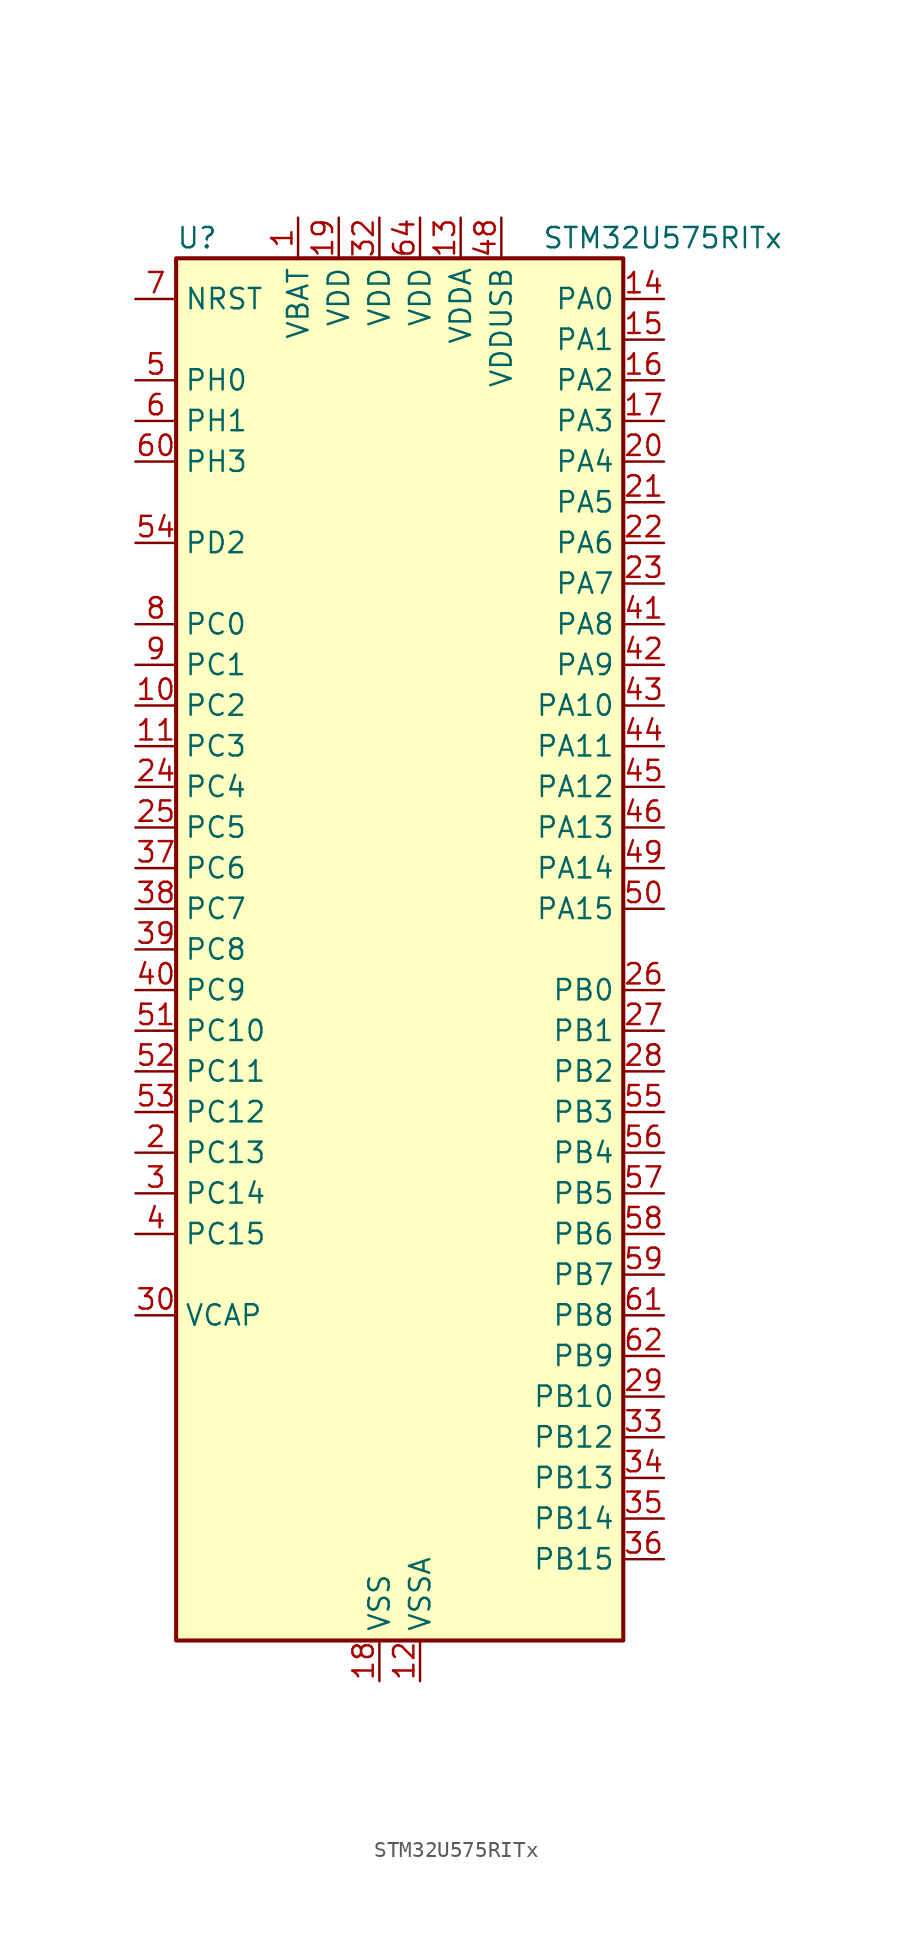
<source format=kicad_sym>
(kicad_symbol_lib
  (version 20220914)
  (generator kicad_symbol_editor)
  (symbol "STM32U575RITx"
    (property "Reference" "U"
      (at -12.7 44.45 0)
      (effects (font (size 1.27 1.27)) (justify left)))
    (property "Value" "STM32U575RITx"
      (at 10.16 44.45 0)
      (effects (font (size 1.27 1.27)) (justify left)))
    (property "ki_locked" ""
      (at 0 0 0)
      (effects (font (size 1.27 1.27))))
    (symbol "STM32U575RITx_0_1"
      (rectangle (start -12.7 -43.18) (end 15.24 43.18) (stroke (width 0.254) (type default)) (fill (type background))))
    (symbol "STM32U575RITx_1_1"
      (pin power_in line (at -5.08 45.72 270) (length 2.54) (name "VBAT" (effects (font (size 1.27 1.27)))) (number "1" (effects (font (size 1.27 1.27)))))
      (pin bidirectional line (at -15.24 15.24 0) (length 2.54) (name "PC2" (effects (font (size 1.27 1.27)))) (number "10" (effects (font (size 1.27 1.27)))) (alternate "ADC1_IN3" bidirectional line) (alternate "ADC4_IN3" bidirectional line) (alternate "LPTIM1_IN2" bidirectional line) (alternate "MDF1_CCK1" bidirectional line) (alternate "OCTOSPIM_P1_IO5" bidirectional line) (alternate "SPI2_MISO" bidirectional line))
      (pin bidirectional line (at -15.24 12.7 0) (length 2.54) (name "PC3" (effects (font (size 1.27 1.27)))) (number "11" (effects (font (size 1.27 1.27)))) (alternate "ADC1_IN4" bidirectional line) (alternate "ADC4_IN4" bidirectional line) (alternate "LPTIM1_ETR" bidirectional line) (alternate "LPTIM2_ETR" bidirectional line) (alternate "LPTIM3_CH1" bidirectional line) (alternate "OCTOSPIM_P1_IO6" bidirectional line) (alternate "SAI1_D1" bidirectional line) (alternate "SAI1_SD_A" bidirectional line) (alternate "SPI2_MOSI" bidirectional line))
      (pin power_in line (at 2.54 -45.72 90) (length 2.54) (name "VSSA" (effects (font (size 1.27 1.27)))) (number "12" (effects (font (size 1.27 1.27)))))
      (pin power_in line (at 5.08 45.72 270) (length 2.54) (name "VDDA" (effects (font (size 1.27 1.27)))) (number "13" (effects (font (size 1.27 1.27)))))
      (pin bidirectional line (at 17.78 40.64 180) (length 2.54) (name "PA0" (effects (font (size 1.27 1.27)))) (number "14" (effects (font (size 1.27 1.27)))) (alternate "ADC1_IN5" bidirectional line) (alternate "AUDIOCLK" bidirectional line) (alternate "OCTOSPIM_P2_NCS" bidirectional line) (alternate "OPAMP1_VINP" bidirectional line) (alternate "PWR_WKUP1" bidirectional line) (alternate "SDMMC2_CMD" bidirectional line) (alternate "SPI3_RDY" bidirectional line) (alternate "TAMP_IN2" bidirectional line) (alternate "TAMP_OUT1" bidirectional line) (alternate "TIM2_CH1" bidirectional line) (alternate "TIM2_ETR" bidirectional line) (alternate "TIM5_CH1" bidirectional line) (alternate "TIM8_ETR" bidirectional line) (alternate "UART4_TX" bidirectional line) (alternate "USART2_CTS" bidirectional line))
      (pin bidirectional line (at 17.78 38.1 180) (length 2.54) (name "PA1" (effects (font (size 1.27 1.27)))) (number "15" (effects (font (size 1.27 1.27)))) (alternate "ADC1_IN6" bidirectional line) (alternate "I2C1_SMBA" bidirectional line) (alternate "LPTIM1_CH2" bidirectional line) (alternate "OCTOSPIM_P1_DQS" bidirectional line) (alternate "OPAMP1_VINM" bidirectional line) (alternate "PWR_WKUP3" bidirectional line) (alternate "SPI1_SCK" bidirectional line) (alternate "TAMP_IN5" bidirectional line) (alternate "TAMP_OUT4" bidirectional line) (alternate "TIM15_CH1N" bidirectional line) (alternate "TIM2_CH2" bidirectional line) (alternate "TIM5_CH2" bidirectional line) (alternate "UART4_RX" bidirectional line) (alternate "USART2_DE" bidirectional line) (alternate "USART2_RTS" bidirectional line))
      (pin bidirectional line (at 17.78 35.56 180) (length 2.54) (name "PA2" (effects (font (size 1.27 1.27)))) (number "16" (effects (font (size 1.27 1.27)))) (alternate "ADC1_IN7" bidirectional line) (alternate "COMP1_INP" bidirectional line) (alternate "LPUART1_TX" bidirectional line) (alternate "OCTOSPIM_P1_NCS" bidirectional line) (alternate "PWR_WKUP4" bidirectional line) (alternate "RCC_LSCO" bidirectional line) (alternate "SPI1_RDY" bidirectional line) (alternate "TIM15_CH1" bidirectional line) (alternate "TIM2_CH3" bidirectional line) (alternate "TIM5_CH3" bidirectional line) (alternate "UCPD1_FRSTX1" bidirectional line) (alternate "USART2_TX" bidirectional line))
      (pin bidirectional line (at 17.78 33.02 180) (length 2.54) (name "PA3" (effects (font (size 1.27 1.27)))) (number "17" (effects (font (size 1.27 1.27)))) (alternate "ADC1_IN8" bidirectional line) (alternate "LPUART1_RX" bidirectional line) (alternate "OCTOSPIM_P1_CLK" bidirectional line) (alternate "OPAMP1_VOUT" bidirectional line) (alternate "PWR_WKUP5" bidirectional line) (alternate "SAI1_CK1" bidirectional line) (alternate "SAI1_MCLK_A" bidirectional line) (alternate "TIM15_CH2" bidirectional line) (alternate "TIM2_CH4" bidirectional line) (alternate "TIM5_CH4" bidirectional line) (alternate "USART2_RX" bidirectional line))
      (pin power_in line (at 0 -45.72 90) (length 2.54) (name "VSS" (effects (font (size 1.27 1.27)))) (number "18" (effects (font (size 1.27 1.27)))))
      (pin power_in line (at -2.54 45.72 270) (length 2.54) (name "VDD" (effects (font (size 1.27 1.27)))) (number "19" (effects (font (size 1.27 1.27)))))
      (pin bidirectional line (at -15.24 -12.7 0) (length 2.54) (name "PC13" (effects (font (size 1.27 1.27)))) (number "2" (effects (font (size 1.27 1.27)))) (alternate "PWR_WKUP2" bidirectional line) (alternate "RTC_OUT1" bidirectional line) (alternate "RTC_TS" bidirectional line) (alternate "TAMP_IN1" bidirectional line) (alternate "TAMP_OUT2" bidirectional line))
      (pin bidirectional line (at 17.78 30.48 180) (length 2.54) (name "PA4" (effects (font (size 1.27 1.27)))) (number "20" (effects (font (size 1.27 1.27)))) (alternate "ADC1_IN9" bidirectional line) (alternate "ADC4_IN9" bidirectional line) (alternate "DAC1_OUT1" bidirectional line) (alternate "DCMI_HSYNC" bidirectional line) (alternate "LPTIM2_CH1" bidirectional line) (alternate "OCTOSPIM_P1_NCS" bidirectional line) (alternate "PSSI_DE" bidirectional line) (alternate "PWR_WKUP2" bidirectional line) (alternate "SAI1_FS_B" bidirectional line) (alternate "SPI1_NSS" bidirectional line) (alternate "SPI3_NSS" bidirectional line) (alternate "USART2_CK" bidirectional line))
      (pin bidirectional line (at 17.78 27.94 180) (length 2.54) (name "PA5" (effects (font (size 1.27 1.27)))) (number "21" (effects (font (size 1.27 1.27)))) (alternate "ADC1_IN10" bidirectional line) (alternate "ADC4_IN10" bidirectional line) (alternate "DAC1_OUT2" bidirectional line) (alternate "LPTIM2_ETR" bidirectional line) (alternate "PSSI_D14" bidirectional line) (alternate "PWR_CSLEEP" bidirectional line) (alternate "PWR_WKUP6" bidirectional line) (alternate "SPI1_SCK" bidirectional line) (alternate "TIM2_CH1" bidirectional line) (alternate "TIM2_ETR" bidirectional line) (alternate "TIM8_CH1N" bidirectional line) (alternate "USART3_RX" bidirectional line))
      (pin bidirectional line (at 17.78 25.4 180) (length 2.54) (name "PA6" (effects (font (size 1.27 1.27)))) (number "22" (effects (font (size 1.27 1.27)))) (alternate "ADC1_IN11" bidirectional line) (alternate "ADC4_IN11" bidirectional line) (alternate "DCMI_PIXCLK" bidirectional line) (alternate "LPUART1_CTS" bidirectional line) (alternate "OCTOSPIM_P1_IO3" bidirectional line) (alternate "OPAMP2_VINP" bidirectional line) (alternate "PSSI_PDCK" bidirectional line) (alternate "PWR_CDSTOP" bidirectional line) (alternate "PWR_WKUP7" bidirectional line) (alternate "SPI1_MISO" bidirectional line) (alternate "TIM16_CH1" bidirectional line) (alternate "TIM1_BKIN" bidirectional line) (alternate "TIM3_CH1" bidirectional line) (alternate "TIM8_BKIN" bidirectional line) (alternate "USART3_CTS" bidirectional line))
      (pin bidirectional line (at 17.78 22.86 180) (length 2.54) (name "PA7" (effects (font (size 1.27 1.27)))) (number "23" (effects (font (size 1.27 1.27)))) (alternate "ADC1_IN12" bidirectional line) (alternate "ADC4_IN20" bidirectional line) (alternate "I2C3_SCL" bidirectional line) (alternate "LPTIM2_CH2" bidirectional line) (alternate "OCTOSPIM_P1_IO2" bidirectional line) (alternate "OPAMP2_VINM" bidirectional line) (alternate "PWR_SRDSTOP" bidirectional line) (alternate "PWR_WKUP8" bidirectional line) (alternate "SPI1_MOSI" bidirectional line) (alternate "TIM17_CH1" bidirectional line) (alternate "TIM1_CH1N" bidirectional line) (alternate "TIM3_CH2" bidirectional line) (alternate "TIM8_CH1N" bidirectional line) (alternate "USART3_TX" bidirectional line))
      (pin bidirectional line (at -15.24 10.16 0) (length 2.54) (name "PC4" (effects (font (size 1.27 1.27)))) (number "24" (effects (font (size 1.27 1.27)))) (alternate "ADC1_IN13" bidirectional line) (alternate "ADC4_IN22" bidirectional line) (alternate "COMP1_INM" bidirectional line) (alternate "OCTOSPIM_P1_IO7" bidirectional line) (alternate "USART3_TX" bidirectional line))
      (pin bidirectional line (at -15.24 7.62 0) (length 2.54) (name "PC5" (effects (font (size 1.27 1.27)))) (number "25" (effects (font (size 1.27 1.27)))) (alternate "ADC1_IN14" bidirectional line) (alternate "ADC4_IN23" bidirectional line) (alternate "COMP1_INP" bidirectional line) (alternate "PSSI_D15" bidirectional line) (alternate "PWR_WKUP5" bidirectional line) (alternate "SAI1_D3" bidirectional line) (alternate "TAMP_IN4" bidirectional line) (alternate "TAMP_OUT5" bidirectional line) (alternate "TIM1_CH4N" bidirectional line) (alternate "USART3_RX" bidirectional line))
      (pin bidirectional line (at 17.78 -2.54 180) (length 2.54) (name "PB0" (effects (font (size 1.27 1.27)))) (number "26" (effects (font (size 1.27 1.27)))) (alternate "ADC1_IN15" bidirectional line) (alternate "ADC4_IN18" bidirectional line) (alternate "AUDIOCLK" bidirectional line) (alternate "COMP1_OUT" bidirectional line) (alternate "LPTIM3_CH1" bidirectional line) (alternate "OCTOSPIM_P1_IO1" bidirectional line) (alternate "OPAMP2_VOUT" bidirectional line) (alternate "SPI1_NSS" bidirectional line) (alternate "TIM1_CH2N" bidirectional line) (alternate "TIM3_CH3" bidirectional line) (alternate "TIM8_CH2N" bidirectional line) (alternate "USART3_CK" bidirectional line))
      (pin bidirectional line (at 17.78 -5.08 180) (length 2.54) (name "PB1" (effects (font (size 1.27 1.27)))) (number "27" (effects (font (size 1.27 1.27)))) (alternate "ADC1_IN16" bidirectional line) (alternate "ADC4_IN19" bidirectional line) (alternate "COMP1_INM" bidirectional line) (alternate "LPTIM2_IN1" bidirectional line) (alternate "LPTIM3_CH2" bidirectional line) (alternate "LPUART1_DE" bidirectional line) (alternate "LPUART1_RTS" bidirectional line) (alternate "MDF1_SDI0" bidirectional line) (alternate "OCTOSPIM_P1_IO0" bidirectional line) (alternate "PWR_WKUP4" bidirectional line) (alternate "TIM1_CH3N" bidirectional line) (alternate "TIM3_CH4" bidirectional line) (alternate "TIM8_CH3N" bidirectional line) (alternate "USART3_DE" bidirectional line) (alternate "USART3_RTS" bidirectional line))
      (pin bidirectional line (at 17.78 -7.62 180) (length 2.54) (name "PB2" (effects (font (size 1.27 1.27)))) (number "28" (effects (font (size 1.27 1.27)))) (alternate "ADC1_IN17" bidirectional line) (alternate "COMP1_INP" bidirectional line) (alternate "I2C3_SMBA" bidirectional line) (alternate "LPTIM1_CH1" bidirectional line) (alternate "MDF1_CKI0" bidirectional line) (alternate "OCTOSPIM_P1_DQS" bidirectional line) (alternate "PWR_WKUP1" bidirectional line) (alternate "RTC_OUT2" bidirectional line) (alternate "SPI1_RDY" bidirectional line) (alternate "TIM8_CH4N" bidirectional line) (alternate "UCPD1_FRSTX1" bidirectional line))
      (pin bidirectional line (at 17.78 -27.94 180) (length 2.54) (name "PB10" (effects (font (size 1.27 1.27)))) (number "29" (effects (font (size 1.27 1.27)))) (alternate "COMP1_OUT" bidirectional line) (alternate "I2C2_SCL" bidirectional line) (alternate "I2C4_SCL" bidirectional line) (alternate "LPTIM3_CH1" bidirectional line) (alternate "LPUART1_RX" bidirectional line) (alternate "OCTOSPIM_P1_CLK" bidirectional line) (alternate "PWR_WKUP8" bidirectional line) (alternate "SAI1_SCK_A" bidirectional line) (alternate "SPI2_SCK" bidirectional line) (alternate "TIM2_CH3" bidirectional line) (alternate "TSC_SYNC" bidirectional line) (alternate "USART3_TX" bidirectional line))
      (pin bidirectional line (at -15.24 -15.24 0) (length 2.54) (name "PC14" (effects (font (size 1.27 1.27)))) (number "3" (effects (font (size 1.27 1.27)))) (alternate "RCC_OSC32_IN" bidirectional line))
      (pin power_out line (at -15.24 -22.86 0) (length 2.54) (name "VCAP" (effects (font (size 1.27 1.27)))) (number "30" (effects (font (size 1.27 1.27)))))
      (pin passive line (at 0 -45.72 90) (length 2.54) hide (name "VSS" (effects (font (size 1.27 1.27)))) (number "31" (effects (font (size 1.27 1.27)))))
      (pin power_in line (at 0 45.72 270) (length 2.54) (name "VDD" (effects (font (size 1.27 1.27)))) (number "32" (effects (font (size 1.27 1.27)))))
      (pin bidirectional line (at 17.78 -30.48 180) (length 2.54) (name "PB12" (effects (font (size 1.27 1.27)))) (number "33" (effects (font (size 1.27 1.27)))) (alternate "I2C2_SMBA" bidirectional line) (alternate "LPUART1_DE" bidirectional line) (alternate "LPUART1_RTS" bidirectional line) (alternate "MDF1_SDI1" bidirectional line) (alternate "OCTOSPIM_P1_NCLK" bidirectional line) (alternate "SPI2_NSS" bidirectional line) (alternate "TIM15_BKIN" bidirectional line) (alternate "TIM1_BKIN" bidirectional line) (alternate "TSC_G1_IO1" bidirectional line) (alternate "USART3_CK" bidirectional line))
      (pin bidirectional line (at 17.78 -33.02 180) (length 2.54) (name "PB13" (effects (font (size 1.27 1.27)))) (number "34" (effects (font (size 1.27 1.27)))) (alternate "I2C2_SCL" bidirectional line) (alternate "LPTIM3_IN1" bidirectional line) (alternate "LPUART1_CTS" bidirectional line) (alternate "MDF1_CKI1" bidirectional line) (alternate "SPI2_SCK" bidirectional line) (alternate "TIM15_CH1N" bidirectional line) (alternate "TIM1_CH1N" bidirectional line) (alternate "TSC_G1_IO2" bidirectional line) (alternate "USART3_CTS" bidirectional line))
      (pin bidirectional line (at 17.78 -35.56 180) (length 2.54) (name "PB14" (effects (font (size 1.27 1.27)))) (number "35" (effects (font (size 1.27 1.27)))) (alternate "I2C2_SDA" bidirectional line) (alternate "LPTIM3_ETR" bidirectional line) (alternate "MDF1_SDI2" bidirectional line) (alternate "SDMMC2_D0" bidirectional line) (alternate "SPI2_MISO" bidirectional line) (alternate "TIM15_CH1" bidirectional line) (alternate "TIM1_CH2N" bidirectional line) (alternate "TIM8_CH2N" bidirectional line) (alternate "TSC_G1_IO3" bidirectional line) (alternate "UCPD1_DBCC2" bidirectional line) (alternate "USART3_DE" bidirectional line) (alternate "USART3_RTS" bidirectional line))
      (pin bidirectional line (at 17.78 -38.1 180) (length 2.54) (name "PB15" (effects (font (size 1.27 1.27)))) (number "36" (effects (font (size 1.27 1.27)))) (alternate "ADC1_EXTI15" bidirectional line) (alternate "ADC4_EXTI15" bidirectional line) (alternate "LPTIM2_IN2" bidirectional line) (alternate "MDF1_CKI2" bidirectional line) (alternate "PWR_WKUP7" bidirectional line) (alternate "RTC_REFIN" bidirectional line) (alternate "SDMMC2_D1" bidirectional line) (alternate "SPI2_MOSI" bidirectional line) (alternate "TIM15_CH2" bidirectional line) (alternate "TIM1_CH3N" bidirectional line) (alternate "TIM8_CH3N" bidirectional line) (alternate "UCPD1_CC2" bidirectional line))
      (pin bidirectional line (at -15.24 5.08 0) (length 2.54) (name "PC6" (effects (font (size 1.27 1.27)))) (number "37" (effects (font (size 1.27 1.27)))) (alternate "DCMI_D0" bidirectional line) (alternate "MDF1_CKI3" bidirectional line) (alternate "PSSI_D0" bidirectional line) (alternate "PWR_CSLEEP" bidirectional line) (alternate "SDMMC1_D0DIR" bidirectional line) (alternate "SDMMC1_D6" bidirectional line) (alternate "SDMMC2_D6" bidirectional line) (alternate "TIM3_CH1" bidirectional line) (alternate "TIM8_CH1" bidirectional line) (alternate "TSC_G4_IO1" bidirectional line))
      (pin bidirectional line (at -15.24 2.54 0) (length 2.54) (name "PC7" (effects (font (size 1.27 1.27)))) (number "38" (effects (font (size 1.27 1.27)))) (alternate "DCMI_D1" bidirectional line) (alternate "LPTIM2_CH2" bidirectional line) (alternate "MDF1_SDI3" bidirectional line) (alternate "PSSI_D1" bidirectional line) (alternate "PWR_CDSTOP" bidirectional line) (alternate "SDMMC1_D123DIR" bidirectional line) (alternate "SDMMC1_D7" bidirectional line) (alternate "SDMMC2_D7" bidirectional line) (alternate "TIM3_CH2" bidirectional line) (alternate "TIM8_CH2" bidirectional line) (alternate "TSC_G4_IO2" bidirectional line))
      (pin bidirectional line (at -15.24 0 0) (length 2.54) (name "PC8" (effects (font (size 1.27 1.27)))) (number "39" (effects (font (size 1.27 1.27)))) (alternate "DCMI_D2" bidirectional line) (alternate "LPTIM3_CH1" bidirectional line) (alternate "PSSI_D2" bidirectional line) (alternate "PWR_SRDSTOP" bidirectional line) (alternate "SDMMC1_D0" bidirectional line) (alternate "TIM3_CH3" bidirectional line) (alternate "TIM8_CH3" bidirectional line) (alternate "TSC_G4_IO3" bidirectional line))
      (pin bidirectional line (at -15.24 -17.78 0) (length 2.54) (name "PC15" (effects (font (size 1.27 1.27)))) (number "4" (effects (font (size 1.27 1.27)))) (alternate "ADC1_EXTI15" bidirectional line) (alternate "ADC4_EXTI15" bidirectional line) (alternate "RCC_OSC32_OUT" bidirectional line))
      (pin bidirectional line (at -15.24 -2.54 0) (length 2.54) (name "PC9" (effects (font (size 1.27 1.27)))) (number "40" (effects (font (size 1.27 1.27)))) (alternate "DAC1_EXTI9" bidirectional line) (alternate "DCMI_D3" bidirectional line) (alternate "DEBUG_TRACED0" bidirectional line) (alternate "LPTIM3_CH2" bidirectional line) (alternate "PSSI_D3" bidirectional line) (alternate "SDMMC1_D1" bidirectional line) (alternate "TIM3_CH4" bidirectional line) (alternate "TIM8_BKIN2" bidirectional line) (alternate "TIM8_CH4" bidirectional line) (alternate "TSC_G4_IO4" bidirectional line) (alternate "USB_OTG_FS_NOE" bidirectional line))
      (pin bidirectional line (at 17.78 20.32 180) (length 2.54) (name "PA8" (effects (font (size 1.27 1.27)))) (number "41" (effects (font (size 1.27 1.27)))) (alternate "DEBUG_TRACECLK" bidirectional line) (alternate "LPTIM2_CH1" bidirectional line) (alternate "RCC_MCO" bidirectional line) (alternate "SAI1_CK2" bidirectional line) (alternate "SAI1_SCK_A" bidirectional line) (alternate "SPI1_RDY" bidirectional line) (alternate "TIM1_CH1" bidirectional line) (alternate "USART1_CK" bidirectional line) (alternate "USB_OTG_FS_SOF" bidirectional line))
      (pin bidirectional line (at 17.78 17.78 180) (length 2.54) (name "PA9" (effects (font (size 1.27 1.27)))) (number "42" (effects (font (size 1.27 1.27)))) (alternate "DAC1_EXTI9" bidirectional line) (alternate "DCMI_D0" bidirectional line) (alternate "PSSI_D0" bidirectional line) (alternate "SAI1_FS_A" bidirectional line) (alternate "SPI2_SCK" bidirectional line) (alternate "TIM15_BKIN" bidirectional line) (alternate "TIM1_CH2" bidirectional line) (alternate "USART1_TX" bidirectional line) (alternate "USB_OTG_FS_VBUS" bidirectional line))
      (pin bidirectional line (at 17.78 15.24 180) (length 2.54) (name "PA10" (effects (font (size 1.27 1.27)))) (number "43" (effects (font (size 1.27 1.27)))) (alternate "CRS_SYNC" bidirectional line) (alternate "DCMI_D1" bidirectional line) (alternate "LPTIM2_IN2" bidirectional line) (alternate "PSSI_D1" bidirectional line) (alternate "SAI1_D1" bidirectional line) (alternate "SAI1_SD_A" bidirectional line) (alternate "TIM17_BKIN" bidirectional line) (alternate "TIM1_CH3" bidirectional line) (alternate "USART1_RX" bidirectional line) (alternate "USB_OTG_FS_ID" bidirectional line))
      (pin bidirectional line (at 17.78 12.7 180) (length 2.54) (name "PA11" (effects (font (size 1.27 1.27)))) (number "44" (effects (font (size 1.27 1.27)))) (alternate "ADC1_EXTI11" bidirectional line) (alternate "FDCAN1_RX" bidirectional line) (alternate "SPI1_MISO" bidirectional line) (alternate "TIM1_BKIN2" bidirectional line) (alternate "TIM1_CH4" bidirectional line) (alternate "USART1_CTS" bidirectional line) (alternate "USB_OTG_FS_DM" bidirectional line))
      (pin bidirectional line (at 17.78 10.16 180) (length 2.54) (name "PA12" (effects (font (size 1.27 1.27)))) (number "45" (effects (font (size 1.27 1.27)))) (alternate "FDCAN1_TX" bidirectional line) (alternate "OCTOSPIM_P2_NCS" bidirectional line) (alternate "SPI1_MOSI" bidirectional line) (alternate "TIM1_ETR" bidirectional line) (alternate "USART1_DE" bidirectional line) (alternate "USART1_RTS" bidirectional line) (alternate "USB_OTG_FS_DP" bidirectional line))
      (pin bidirectional line (at 17.78 7.62 180) (length 2.54) (name "PA13" (effects (font (size 1.27 1.27)))) (number "46" (effects (font (size 1.27 1.27)))) (alternate "DEBUG_JTMS-SWDIO" bidirectional line) (alternate "IR_OUT" bidirectional line) (alternate "SAI1_SD_B" bidirectional line) (alternate "USB_OTG_FS_NOE" bidirectional line))
      (pin passive line (at 0 -45.72 90) (length 2.54) hide (name "VSS" (effects (font (size 1.27 1.27)))) (number "47" (effects (font (size 1.27 1.27)))))
      (pin power_in line (at 7.62 45.72 270) (length 2.54) (name "VDDUSB" (effects (font (size 1.27 1.27)))) (number "48" (effects (font (size 1.27 1.27)))))
      (pin bidirectional line (at 17.78 5.08 180) (length 2.54) (name "PA14" (effects (font (size 1.27 1.27)))) (number "49" (effects (font (size 1.27 1.27)))) (alternate "DEBUG_JTCK-SWCLK" bidirectional line) (alternate "I2C1_SMBA" bidirectional line) (alternate "I2C4_SMBA" bidirectional line) (alternate "LPTIM1_CH1" bidirectional line) (alternate "SAI1_FS_B" bidirectional line) (alternate "USB_OTG_FS_SOF" bidirectional line))
      (pin bidirectional line (at -15.24 35.56 0) (length 2.54) (name "PH0" (effects (font (size 1.27 1.27)))) (number "5" (effects (font (size 1.27 1.27)))) (alternate "RCC_OSC_IN" bidirectional line))
      (pin bidirectional line (at 17.78 2.54 180) (length 2.54) (name "PA15" (effects (font (size 1.27 1.27)))) (number "50" (effects (font (size 1.27 1.27)))) (alternate "ADC1_EXTI15" bidirectional line) (alternate "ADC4_EXTI15" bidirectional line) (alternate "DEBUG_JTDI" bidirectional line) (alternate "SPI1_NSS" bidirectional line) (alternate "SPI3_NSS" bidirectional line) (alternate "TIM2_CH1" bidirectional line) (alternate "TIM2_ETR" bidirectional line) (alternate "UART4_DE" bidirectional line) (alternate "UART4_RTS" bidirectional line) (alternate "UCPD1_CC1" bidirectional line) (alternate "USART2_RX" bidirectional line) (alternate "USART3_DE" bidirectional line) (alternate "USART3_RTS" bidirectional line))
      (pin bidirectional line (at -15.24 -5.08 0) (length 2.54) (name "PC10" (effects (font (size 1.27 1.27)))) (number "51" (effects (font (size 1.27 1.27)))) (alternate "ADF1_CCK1" bidirectional line) (alternate "DCMI_D8" bidirectional line) (alternate "DEBUG_TRACED1" bidirectional line) (alternate "LPTIM3_ETR" bidirectional line) (alternate "PSSI_D8" bidirectional line) (alternate "SDMMC1_D2" bidirectional line) (alternate "SPI3_SCK" bidirectional line) (alternate "TSC_G3_IO2" bidirectional line) (alternate "UART4_TX" bidirectional line) (alternate "USART3_TX" bidirectional line))
      (pin bidirectional line (at -15.24 -7.62 0) (length 2.54) (name "PC11" (effects (font (size 1.27 1.27)))) (number "52" (effects (font (size 1.27 1.27)))) (alternate "ADC1_EXTI11" bidirectional line) (alternate "ADF1_SDI0" bidirectional line) (alternate "DCMI_D2" bidirectional line) (alternate "DCMI_D4" bidirectional line) (alternate "LPTIM3_IN1" bidirectional line) (alternate "OCTOSPIM_P1_NCS" bidirectional line) (alternate "PSSI_D2" bidirectional line) (alternate "PSSI_D4" bidirectional line) (alternate "SDMMC1_D3" bidirectional line) (alternate "SPI3_MISO" bidirectional line) (alternate "TSC_G3_IO3" bidirectional line) (alternate "UART4_RX" bidirectional line) (alternate "UCPD1_FRSTX2" bidirectional line) (alternate "USART3_RX" bidirectional line))
      (pin bidirectional line (at -15.24 -10.16 0) (length 2.54) (name "PC12" (effects (font (size 1.27 1.27)))) (number "53" (effects (font (size 1.27 1.27)))) (alternate "DCMI_D9" bidirectional line) (alternate "DEBUG_TRACED3" bidirectional line) (alternate "PSSI_D9" bidirectional line) (alternate "SDMMC1_CK" bidirectional line) (alternate "SPI3_MOSI" bidirectional line) (alternate "TSC_G3_IO4" bidirectional line) (alternate "UART5_TX" bidirectional line) (alternate "USART3_CK" bidirectional line))
      (pin bidirectional line (at -15.24 25.4 0) (length 2.54) (name "PD2" (effects (font (size 1.27 1.27)))) (number "54" (effects (font (size 1.27 1.27)))) (alternate "DCMI_D11" bidirectional line) (alternate "DEBUG_TRACED2" bidirectional line) (alternate "LPTIM4_ETR" bidirectional line) (alternate "PSSI_D11" bidirectional line) (alternate "SDMMC1_CMD" bidirectional line) (alternate "TIM3_ETR" bidirectional line) (alternate "TSC_SYNC" bidirectional line) (alternate "UART5_RX" bidirectional line) (alternate "USART3_DE" bidirectional line) (alternate "USART3_RTS" bidirectional line))
      (pin bidirectional line (at 17.78 -10.16 180) (length 2.54) (name "PB3" (effects (font (size 1.27 1.27)))) (number "55" (effects (font (size 1.27 1.27)))) (alternate "ADF1_CCK0" bidirectional line) (alternate "COMP2_INM" bidirectional line) (alternate "CRS_SYNC" bidirectional line) (alternate "DEBUG_JTDO-SWO" bidirectional line) (alternate "I2C1_SDA" bidirectional line) (alternate "LPTIM1_CH1" bidirectional line) (alternate "SAI1_SCK_B" bidirectional line) (alternate "SDMMC2_D2" bidirectional line) (alternate "SPI1_SCK" bidirectional line) (alternate "SPI3_SCK" bidirectional line) (alternate "TIM2_CH2" bidirectional line) (alternate "USART1_DE" bidirectional line) (alternate "USART1_RTS" bidirectional line))
      (pin bidirectional line (at 17.78 -12.7 180) (length 2.54) (name "PB4" (effects (font (size 1.27 1.27)))) (number "56" (effects (font (size 1.27 1.27)))) (alternate "ADF1_SDI0" bidirectional line) (alternate "COMP2_INP" bidirectional line) (alternate "DCMI_D12" bidirectional line) (alternate "DEBUG_JTRST" bidirectional line) (alternate "I2C3_SDA" bidirectional line) (alternate "LPTIM1_CH2" bidirectional line) (alternate "PSSI_D12" bidirectional line) (alternate "SAI1_MCLK_B" bidirectional line) (alternate "SDMMC2_D3" bidirectional line) (alternate "SPI1_MISO" bidirectional line) (alternate "SPI3_MISO" bidirectional line) (alternate "TIM17_BKIN" bidirectional line) (alternate "TIM3_CH1" bidirectional line) (alternate "TSC_G2_IO1" bidirectional line) (alternate "UART5_DE" bidirectional line) (alternate "UART5_RTS" bidirectional line) (alternate "USART1_CTS" bidirectional line))
      (pin bidirectional line (at 17.78 -15.24 180) (length 2.54) (name "PB5" (effects (font (size 1.27 1.27)))) (number "57" (effects (font (size 1.27 1.27)))) (alternate "COMP2_OUT" bidirectional line) (alternate "DCMI_D10" bidirectional line) (alternate "I2C1_SMBA" bidirectional line) (alternate "LPTIM1_IN1" bidirectional line) (alternate "OCTOSPIM_P1_NCLK" bidirectional line) (alternate "PSSI_D10" bidirectional line) (alternate "PWR_WKUP6" bidirectional line) (alternate "SAI1_SD_B" bidirectional line) (alternate "SPI1_MOSI" bidirectional line) (alternate "SPI3_MOSI" bidirectional line) (alternate "TIM16_BKIN" bidirectional line) (alternate "TIM3_CH2" bidirectional line) (alternate "TSC_G2_IO2" bidirectional line) (alternate "UART5_CTS" bidirectional line) (alternate "UCPD1_DBCC1" bidirectional line) (alternate "USART1_CK" bidirectional line))
      (pin bidirectional line (at 17.78 -17.78 180) (length 2.54) (name "PB6" (effects (font (size 1.27 1.27)))) (number "58" (effects (font (size 1.27 1.27)))) (alternate "COMP2_INP" bidirectional line) (alternate "DCMI_D5" bidirectional line) (alternate "I2C1_SCL" bidirectional line) (alternate "I2C4_SCL" bidirectional line) (alternate "LPTIM1_ETR" bidirectional line) (alternate "MDF1_SDI5" bidirectional line) (alternate "PSSI_D5" bidirectional line) (alternate "PWR_WKUP3" bidirectional line) (alternate "SAI1_FS_B" bidirectional line) (alternate "TIM16_CH1N" bidirectional line) (alternate "TIM4_CH1" bidirectional line) (alternate "TIM8_BKIN2" bidirectional line) (alternate "TSC_G2_IO3" bidirectional line) (alternate "USART1_TX" bidirectional line))
      (pin bidirectional line (at 17.78 -20.32 180) (length 2.54) (name "PB7" (effects (font (size 1.27 1.27)))) (number "59" (effects (font (size 1.27 1.27)))) (alternate "COMP2_INM" bidirectional line) (alternate "DCMI_VSYNC" bidirectional line) (alternate "I2C1_SDA" bidirectional line) (alternate "I2C4_SDA" bidirectional line) (alternate "LPTIM1_IN2" bidirectional line) (alternate "MDF1_CKI5" bidirectional line) (alternate "PSSI_RDY" bidirectional line) (alternate "PWR_PVD_IN" bidirectional line) (alternate "PWR_WKUP4" bidirectional line) (alternate "TIM17_CH1N" bidirectional line) (alternate "TIM4_CH2" bidirectional line) (alternate "TIM8_BKIN" bidirectional line) (alternate "TSC_G2_IO4" bidirectional line) (alternate "UART4_CTS" bidirectional line) (alternate "USART1_RX" bidirectional line))
      (pin bidirectional line (at -15.24 33.02 0) (length 2.54) (name "PH1" (effects (font (size 1.27 1.27)))) (number "6" (effects (font (size 1.27 1.27)))) (alternate "RCC_OSC_OUT" bidirectional line))
      (pin bidirectional line (at -15.24 30.48 0) (length 2.54) (name "PH3" (effects (font (size 1.27 1.27)))) (number "60" (effects (font (size 1.27 1.27)))))
      (pin bidirectional line (at 17.78 -22.86 180) (length 2.54) (name "PB8" (effects (font (size 1.27 1.27)))) (number "61" (effects (font (size 1.27 1.27)))) (alternate "DCMI_D6" bidirectional line) (alternate "FDCAN1_RX" bidirectional line) (alternate "I2C1_SCL" bidirectional line) (alternate "MDF1_CCK0" bidirectional line) (alternate "PSSI_D6" bidirectional line) (alternate "PWR_WKUP5" bidirectional line) (alternate "SAI1_CK1" bidirectional line) (alternate "SAI1_MCLK_A" bidirectional line) (alternate "SDMMC1_CKIN" bidirectional line) (alternate "SDMMC1_D4" bidirectional line) (alternate "SDMMC2_D4" bidirectional line) (alternate "SPI3_RDY" bidirectional line) (alternate "TIM16_CH1" bidirectional line) (alternate "TIM4_CH3" bidirectional line))
      (pin bidirectional line (at 17.78 -25.4 180) (length 2.54) (name "PB9" (effects (font (size 1.27 1.27)))) (number "62" (effects (font (size 1.27 1.27)))) (alternate "DAC1_EXTI9" bidirectional line) (alternate "DCMI_D7" bidirectional line) (alternate "FDCAN1_TX" bidirectional line) (alternate "I2C1_SDA" bidirectional line) (alternate "IR_OUT" bidirectional line) (alternate "PSSI_D7" bidirectional line) (alternate "SAI1_D2" bidirectional line) (alternate "SAI1_FS_A" bidirectional line) (alternate "SDMMC1_CDIR" bidirectional line) (alternate "SDMMC1_D5" bidirectional line) (alternate "SDMMC2_D5" bidirectional line) (alternate "SPI2_NSS" bidirectional line) (alternate "TIM17_CH1" bidirectional line) (alternate "TIM4_CH4" bidirectional line))
      (pin passive line (at 0 -45.72 90) (length 2.54) hide (name "VSS" (effects (font (size 1.27 1.27)))) (number "63" (effects (font (size 1.27 1.27)))))
      (pin power_in line (at 2.54 45.72 270) (length 2.54) (name "VDD" (effects (font (size 1.27 1.27)))) (number "64" (effects (font (size 1.27 1.27)))))
      (pin input line (at -15.24 40.64 0) (length 2.54) (name "NRST" (effects (font (size 1.27 1.27)))) (number "7" (effects (font (size 1.27 1.27)))))
      (pin bidirectional line (at -15.24 20.32 0) (length 2.54) (name "PC0" (effects (font (size 1.27 1.27)))) (number "8" (effects (font (size 1.27 1.27)))) (alternate "ADC1_IN1" bidirectional line) (alternate "ADC4_IN1" bidirectional line) (alternate "I2C3_SCL" bidirectional line) (alternate "LPTIM1_IN1" bidirectional line) (alternate "LPTIM2_IN1" bidirectional line) (alternate "LPUART1_RX" bidirectional line) (alternate "MDF1_SDI4" bidirectional line) (alternate "OCTOSPIM_P1_IO7" bidirectional line) (alternate "SDMMC1_D5" bidirectional line) (alternate "SPI2_RDY" bidirectional line))
      (pin bidirectional line (at -15.24 17.78 0) (length 2.54) (name "PC1" (effects (font (size 1.27 1.27)))) (number "9" (effects (font (size 1.27 1.27)))) (alternate "ADC1_IN2" bidirectional line) (alternate "ADC4_IN2" bidirectional line) (alternate "DEBUG_TRACED0" bidirectional line) (alternate "I2C3_SDA" bidirectional line) (alternate "LPTIM1_CH1" bidirectional line) (alternate "LPUART1_TX" bidirectional line) (alternate "MDF1_CKI4" bidirectional line) (alternate "OCTOSPIM_P1_IO4" bidirectional line) (alternate "SAI1_SD_A" bidirectional line) (alternate "SDMMC2_CK" bidirectional line) (alternate "SPI2_MOSI" bidirectional line)))))
</source>
